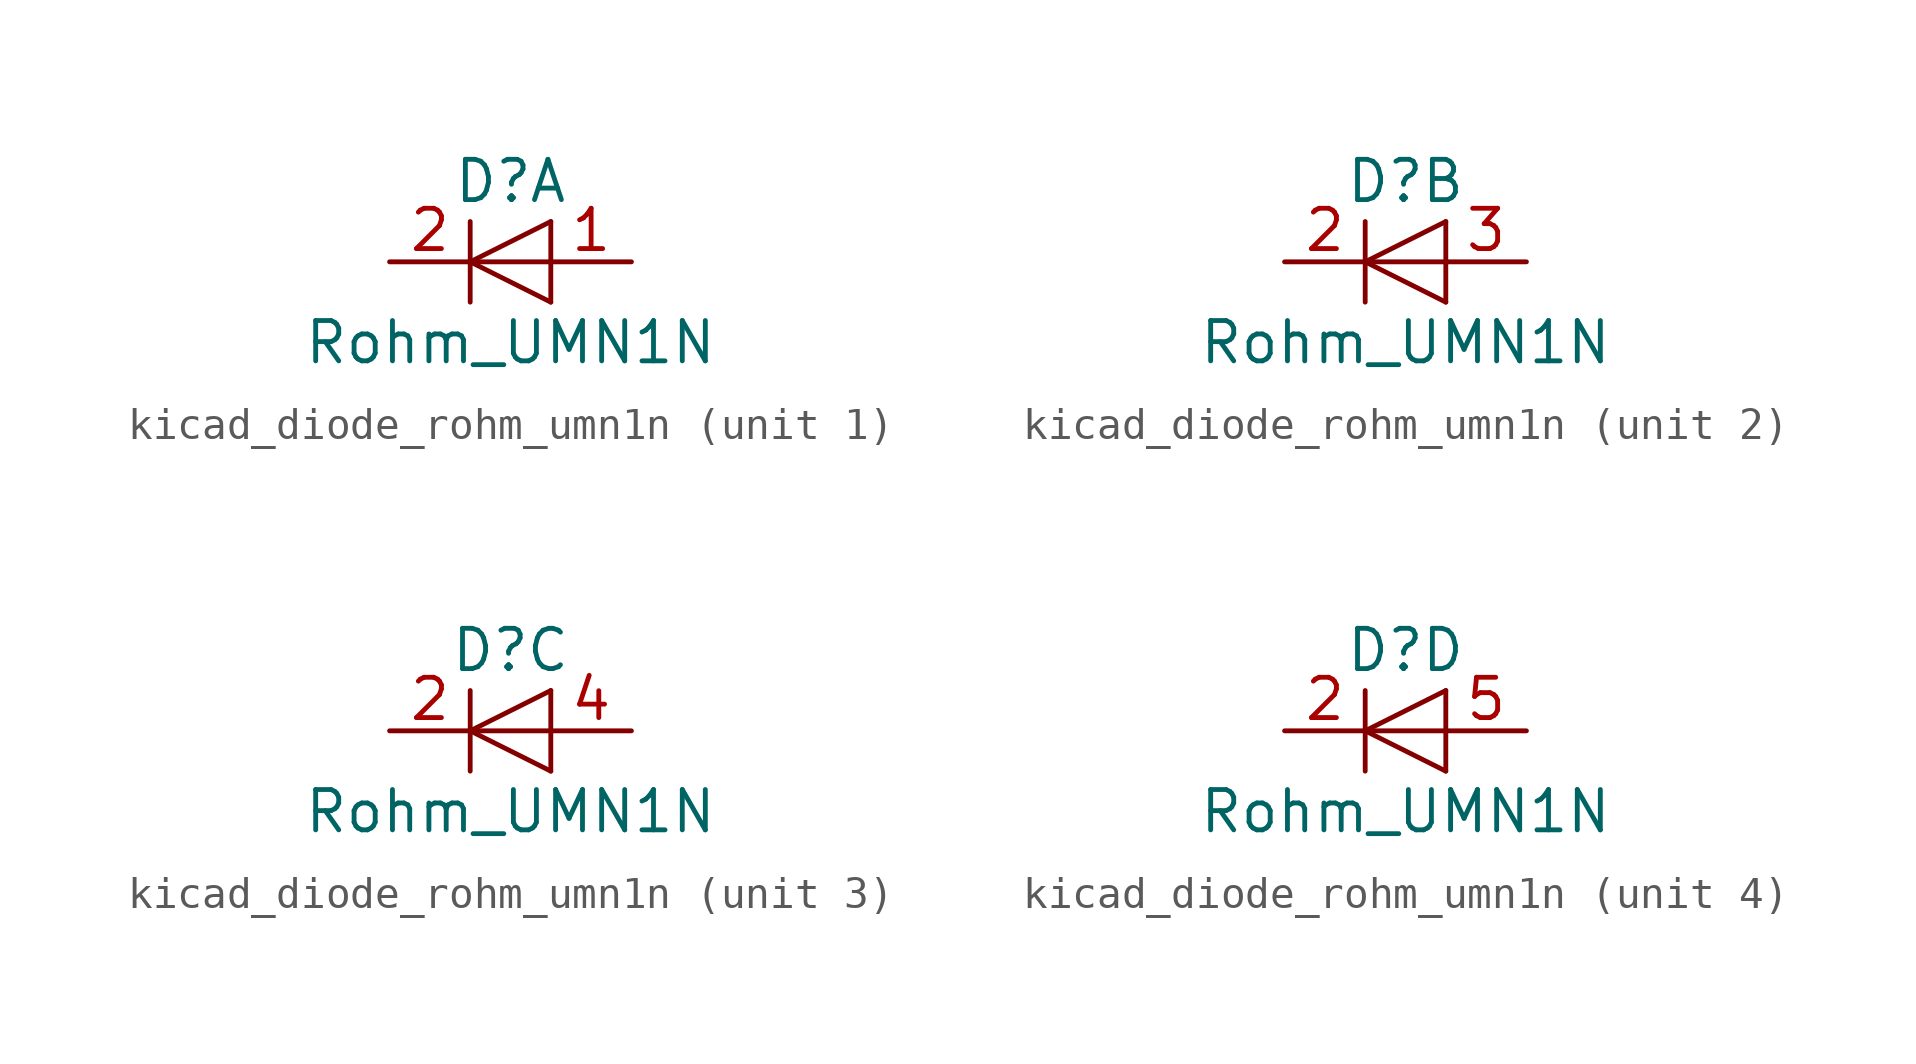
<source format=kicad_sym>
(kicad_symbol_lib
  (version 20220914)
  (generator kicad_symbol_editor)
  (symbol "kicad_diode_rohm_umn1n"
    (pin_names
      (offset 1.016) hide)
    (property "Reference" "D"
      (at 0 2.54 0)
      (effects (font (size 1.27 1.27))))
    (property "Value" "Rohm_UMN1N"
      (at 0 -2.54 0)
      (effects (font (size 1.27 1.27))))
    (symbol "kicad_diode_rohm_umn1n_0_1"
      (polyline (pts (xy -1.27 1.27) (xy -1.27 -1.27)) (stroke (width 0.152) (type default)) (fill (type none)))
      (polyline (pts (xy 1.27 -1.27) (xy 1.27 1.27)) (stroke (width 0) (type default)) (fill (type none)))
      (polyline (pts (xy 1.27 0) (xy -1.27 0)) (stroke (width 0) (type default)) (fill (type none)))
      (polyline (pts (xy 1.27 1.27) (xy -1.27 0) (xy 1.27 -1.27)) (stroke (width 0) (type default)) (fill (type none))))
    (symbol "kicad_diode_rohm_umn1n_1_1"
      (pin passive line (at 3.81 0 180) (length 2.54) (name "A" (effects (font (size 1.27 1.27)))) (number "1" (effects (font (size 1.27 1.27)))))
      (pin passive line (at -3.81 0 0) (length 2.54) (name "K" (effects (font (size 1.27 1.27)))) (number "2" (effects (font (size 1.27 1.27))))))
    (symbol "kicad_diode_rohm_umn1n_2_1"
      (pin passive line (at -3.81 0 0) (length 2.54) (name "K" (effects (font (size 1.27 1.27)))) (number "2" (effects (font (size 1.27 1.27)))))
      (pin passive line (at 3.81 0 180) (length 2.54) (name "A" (effects (font (size 1.27 1.27)))) (number "3" (effects (font (size 1.27 1.27))))))
    (symbol "kicad_diode_rohm_umn1n_3_1"
      (pin passive line (at -3.81 0 0) (length 2.54) (name "K" (effects (font (size 1.27 1.27)))) (number "2" (effects (font (size 1.27 1.27)))))
      (pin passive line (at 3.81 0 180) (length 2.54) (name "A" (effects (font (size 1.27 1.27)))) (number "4" (effects (font (size 1.27 1.27))))))
    (symbol "kicad_diode_rohm_umn1n_4_1"
      (pin passive line (at -3.81 0 0) (length 2.54) (name "K" (effects (font (size 1.27 1.27)))) (number "2" (effects (font (size 1.27 1.27)))))
      (pin passive line (at 3.81 0 180) (length 2.54) (name "A" (effects (font (size 1.27 1.27)))) (number "5" (effects (font (size 1.27 1.27))))))))
</source>
